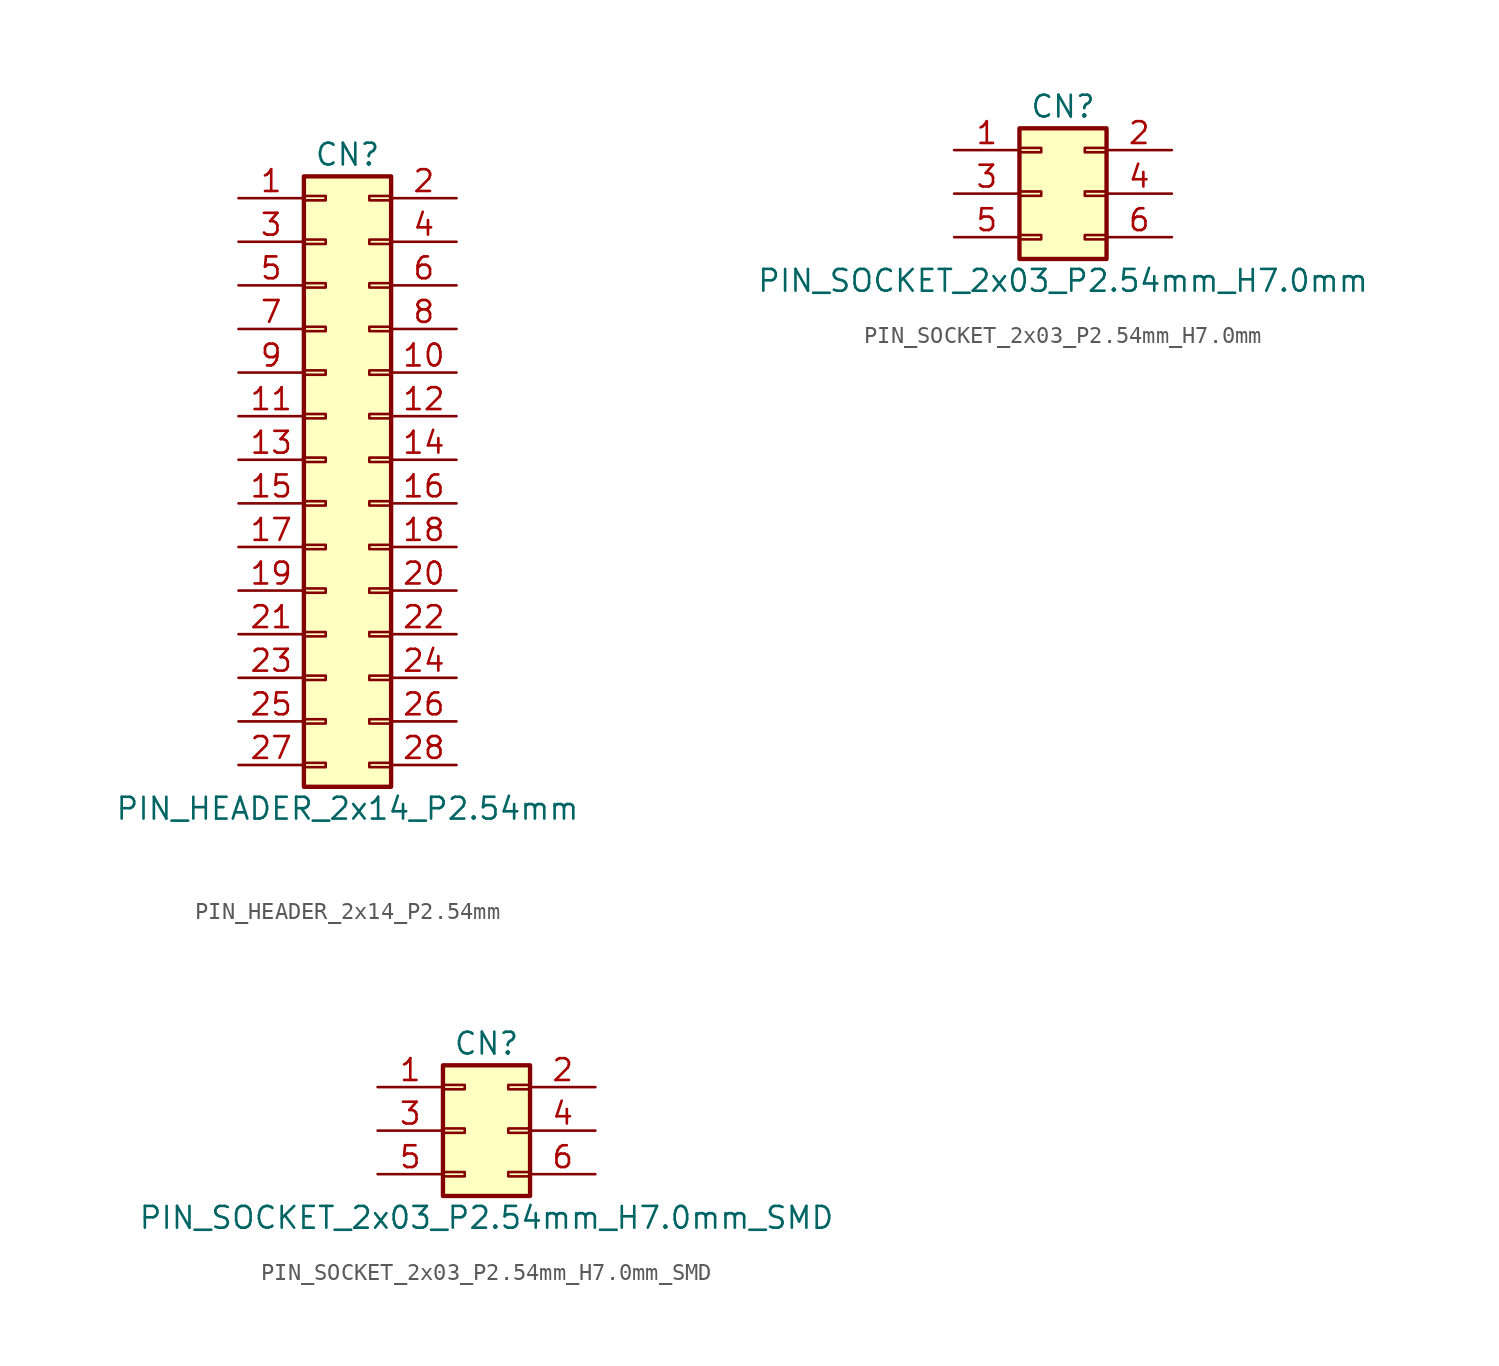
<source format=kicad_sym>
(kicad_symbol_lib
  (version 20241209)
  (generator "kicad_symbol_editor")
  (generator_version "9.0")
  (symbol "PIN_HEADER_2x14_P2.54mm"
    (pin_names
      (offset 1.016)
      (hide yes))
    (property "Reference" "CN"
      (at 1.27 17.78 0)
      (effects (font (size 1.27 1.27))))
    (property "Value" "PIN_HEADER_2x14_P2.54mm"
      (at 1.27 -20.32 0)
      (effects (font (size 1.27 1.27))))
    (symbol "PIN_HEADER_2x14_P2.54mm_1_1"
      (rectangle (start -1.27 16.51) (end 3.81 -19.05) (stroke (width 0.254) (type default)) (fill (type background)))
      (rectangle (start -1.27 15.367) (end 0 15.113) (stroke (width 0.152) (type default)) (fill (type none)))
      (rectangle (start -1.27 12.827) (end 0 12.573) (stroke (width 0.152) (type default)) (fill (type none)))
      (rectangle (start -1.27 10.287) (end 0 10.033) (stroke (width 0.152) (type default)) (fill (type none)))
      (rectangle (start -1.27 7.747) (end 0 7.493) (stroke (width 0.152) (type default)) (fill (type none)))
      (rectangle (start -1.27 5.207) (end 0 4.953) (stroke (width 0.152) (type default)) (fill (type none)))
      (rectangle (start -1.27 2.667) (end 0 2.413) (stroke (width 0.152) (type default)) (fill (type none)))
      (rectangle (start -1.27 0.127) (end 0 -0.127) (stroke (width 0.152) (type default)) (fill (type none)))
      (rectangle (start -1.27 -2.413) (end 0 -2.667) (stroke (width 0.152) (type default)) (fill (type none)))
      (rectangle (start -1.27 -4.953) (end 0 -5.207) (stroke (width 0.152) (type default)) (fill (type none)))
      (rectangle (start -1.27 -7.493) (end 0 -7.747) (stroke (width 0.152) (type default)) (fill (type none)))
      (rectangle (start -1.27 -10.033) (end 0 -10.287) (stroke (width 0.152) (type default)) (fill (type none)))
      (rectangle (start -1.27 -12.573) (end 0 -12.827) (stroke (width 0.152) (type default)) (fill (type none)))
      (rectangle (start -1.27 -15.113) (end 0 -15.367) (stroke (width 0.152) (type default)) (fill (type none)))
      (rectangle (start -1.27 -17.653) (end 0 -17.907) (stroke (width 0.152) (type default)) (fill (type none)))
      (rectangle (start 3.81 15.367) (end 2.54 15.113) (stroke (width 0.152) (type default)) (fill (type none)))
      (rectangle (start 3.81 12.827) (end 2.54 12.573) (stroke (width 0.152) (type default)) (fill (type none)))
      (rectangle (start 3.81 10.287) (end 2.54 10.033) (stroke (width 0.152) (type default)) (fill (type none)))
      (rectangle (start 3.81 7.747) (end 2.54 7.493) (stroke (width 0.152) (type default)) (fill (type none)))
      (rectangle (start 3.81 5.207) (end 2.54 4.953) (stroke (width 0.152) (type default)) (fill (type none)))
      (rectangle (start 3.81 2.667) (end 2.54 2.413) (stroke (width 0.152) (type default)) (fill (type none)))
      (rectangle (start 3.81 0.127) (end 2.54 -0.127) (stroke (width 0.152) (type default)) (fill (type none)))
      (rectangle (start 3.81 -2.413) (end 2.54 -2.667) (stroke (width 0.152) (type default)) (fill (type none)))
      (rectangle (start 3.81 -4.953) (end 2.54 -5.207) (stroke (width 0.152) (type default)) (fill (type none)))
      (rectangle (start 3.81 -7.493) (end 2.54 -7.747) (stroke (width 0.152) (type default)) (fill (type none)))
      (rectangle (start 3.81 -10.033) (end 2.54 -10.287) (stroke (width 0.152) (type default)) (fill (type none)))
      (rectangle (start 3.81 -12.573) (end 2.54 -12.827) (stroke (width 0.152) (type default)) (fill (type none)))
      (rectangle (start 3.81 -15.113) (end 2.54 -15.367) (stroke (width 0.152) (type default)) (fill (type none)))
      (rectangle (start 3.81 -17.653) (end 2.54 -17.907) (stroke (width 0.152) (type default)) (fill (type none)))
      (pin passive line (at -5.08 15.24 0) (length 3.81) (name "Pin_1" (effects (font (size 1.27 1.27)))) (number "1" (effects (font (size 1.27 1.27)))))
      (pin passive line (at -5.08 12.7 0) (length 3.81) (name "Pin_3" (effects (font (size 1.27 1.27)))) (number "3" (effects (font (size 1.27 1.27)))))
      (pin passive line (at -5.08 10.16 0) (length 3.81) (name "Pin_5" (effects (font (size 1.27 1.27)))) (number "5" (effects (font (size 1.27 1.27)))))
      (pin passive line (at -5.08 7.62 0) (length 3.81) (name "Pin_7" (effects (font (size 1.27 1.27)))) (number "7" (effects (font (size 1.27 1.27)))))
      (pin passive line (at -5.08 5.08 0) (length 3.81) (name "Pin_9" (effects (font (size 1.27 1.27)))) (number "9" (effects (font (size 1.27 1.27)))))
      (pin passive line (at -5.08 2.54 0) (length 3.81) (name "Pin_11" (effects (font (size 1.27 1.27)))) (number "11" (effects (font (size 1.27 1.27)))))
      (pin passive line (at -5.08 0 0) (length 3.81) (name "Pin_13" (effects (font (size 1.27 1.27)))) (number "13" (effects (font (size 1.27 1.27)))))
      (pin passive line (at -5.08 -2.54 0) (length 3.81) (name "Pin_15" (effects (font (size 1.27 1.27)))) (number "15" (effects (font (size 1.27 1.27)))))
      (pin passive line (at -5.08 -5.08 0) (length 3.81) (name "Pin_17" (effects (font (size 1.27 1.27)))) (number "17" (effects (font (size 1.27 1.27)))))
      (pin passive line (at -5.08 -7.62 0) (length 3.81) (name "Pin_19" (effects (font (size 1.27 1.27)))) (number "19" (effects (font (size 1.27 1.27)))))
      (pin passive line (at -5.08 -10.16 0) (length 3.81) (name "Pin_21" (effects (font (size 1.27 1.27)))) (number "21" (effects (font (size 1.27 1.27)))))
      (pin passive line (at -5.08 -12.7 0) (length 3.81) (name "Pin_23" (effects (font (size 1.27 1.27)))) (number "23" (effects (font (size 1.27 1.27)))))
      (pin passive line (at -5.08 -15.24 0) (length 3.81) (name "Pin_25" (effects (font (size 1.27 1.27)))) (number "25" (effects (font (size 1.27 1.27)))))
      (pin passive line (at -5.08 -17.78 0) (length 3.81) (name "Pin_27" (effects (font (size 1.27 1.27)))) (number "27" (effects (font (size 1.27 1.27)))))
      (pin passive line (at 7.62 15.24 180) (length 3.81) (name "Pin_2" (effects (font (size 1.27 1.27)))) (number "2" (effects (font (size 1.27 1.27)))))
      (pin passive line (at 7.62 12.7 180) (length 3.81) (name "Pin_4" (effects (font (size 1.27 1.27)))) (number "4" (effects (font (size 1.27 1.27)))))
      (pin passive line (at 7.62 10.16 180) (length 3.81) (name "Pin_6" (effects (font (size 1.27 1.27)))) (number "6" (effects (font (size 1.27 1.27)))))
      (pin passive line (at 7.62 7.62 180) (length 3.81) (name "Pin_8" (effects (font (size 1.27 1.27)))) (number "8" (effects (font (size 1.27 1.27)))))
      (pin passive line (at 7.62 5.08 180) (length 3.81) (name "Pin_10" (effects (font (size 1.27 1.27)))) (number "10" (effects (font (size 1.27 1.27)))))
      (pin passive line (at 7.62 2.54 180) (length 3.81) (name "Pin_12" (effects (font (size 1.27 1.27)))) (number "12" (effects (font (size 1.27 1.27)))))
      (pin passive line (at 7.62 0 180) (length 3.81) (name "Pin_14" (effects (font (size 1.27 1.27)))) (number "14" (effects (font (size 1.27 1.27)))))
      (pin passive line (at 7.62 -2.54 180) (length 3.81) (name "Pin_16" (effects (font (size 1.27 1.27)))) (number "16" (effects (font (size 1.27 1.27)))))
      (pin passive line (at 7.62 -5.08 180) (length 3.81) (name "Pin_18" (effects (font (size 1.27 1.27)))) (number "18" (effects (font (size 1.27 1.27)))))
      (pin passive line (at 7.62 -7.62 180) (length 3.81) (name "Pin_20" (effects (font (size 1.27 1.27)))) (number "20" (effects (font (size 1.27 1.27)))))
      (pin passive line (at 7.62 -10.16 180) (length 3.81) (name "Pin_22" (effects (font (size 1.27 1.27)))) (number "22" (effects (font (size 1.27 1.27)))))
      (pin passive line (at 7.62 -12.7 180) (length 3.81) (name "Pin_24" (effects (font (size 1.27 1.27)))) (number "24" (effects (font (size 1.27 1.27)))))
      (pin passive line (at 7.62 -15.24 180) (length 3.81) (name "Pin_26" (effects (font (size 1.27 1.27)))) (number "26" (effects (font (size 1.27 1.27)))))
      (pin passive line (at 7.62 -17.78 180) (length 3.81) (name "Pin_28" (effects (font (size 1.27 1.27)))) (number "28" (effects (font (size 1.27 1.27)))))))
  (symbol "PIN_SOCKET_2x03_P2.54mm_H7.0mm"
    (pin_names
      (offset 1.016)
      (hide yes))
    (property "Reference" "CN"
      (at 1.27 5.08 0)
      (effects (font (size 1.27 1.27))))
    (property "Value" "PIN_SOCKET_2x03_P2.54mm_H7.0mm"
      (at 1.27 -5.08 0)
      (effects (font (size 1.27 1.27))))
    (symbol "PIN_SOCKET_2x03_P2.54mm_H7.0mm_1_1"
      (rectangle (start -1.27 3.81) (end 3.81 -3.81) (stroke (width 0.254) (type default)) (fill (type background)))
      (rectangle (start -1.27 2.667) (end 0 2.413) (stroke (width 0.152) (type default)) (fill (type none)))
      (rectangle (start -1.27 0.127) (end 0 -0.127) (stroke (width 0.152) (type default)) (fill (type none)))
      (rectangle (start -1.27 -2.413) (end 0 -2.667) (stroke (width 0.152) (type default)) (fill (type none)))
      (rectangle (start 3.81 2.667) (end 2.54 2.413) (stroke (width 0.152) (type default)) (fill (type none)))
      (rectangle (start 3.81 0.127) (end 2.54 -0.127) (stroke (width 0.152) (type default)) (fill (type none)))
      (rectangle (start 3.81 -2.413) (end 2.54 -2.667) (stroke (width 0.152) (type default)) (fill (type none)))
      (pin passive line (at -5.08 2.54 0) (length 3.81) (name "Pin_1" (effects (font (size 1.27 1.27)))) (number "1" (effects (font (size 1.27 1.27)))))
      (pin passive line (at -5.08 0 0) (length 3.81) (name "Pin_3" (effects (font (size 1.27 1.27)))) (number "3" (effects (font (size 1.27 1.27)))))
      (pin passive line (at -5.08 -2.54 0) (length 3.81) (name "Pin_5" (effects (font (size 1.27 1.27)))) (number "5" (effects (font (size 1.27 1.27)))))
      (pin passive line (at 7.62 2.54 180) (length 3.81) (name "Pin_2" (effects (font (size 1.27 1.27)))) (number "2" (effects (font (size 1.27 1.27)))))
      (pin passive line (at 7.62 0 180) (length 3.81) (name "Pin_4" (effects (font (size 1.27 1.27)))) (number "4" (effects (font (size 1.27 1.27)))))
      (pin passive line (at 7.62 -2.54 180) (length 3.81) (name "Pin_6" (effects (font (size 1.27 1.27)))) (number "6" (effects (font (size 1.27 1.27)))))))
  (symbol "PIN_SOCKET_2x03_P2.54mm_H7.0mm_SMD"
    (pin_names
      (offset 1.016)
      (hide yes))
    (property "Reference" "CN"
      (at 1.27 5.08 0)
      (effects (font (size 1.27 1.27))))
    (property "Value" "PIN_SOCKET_2x03_P2.54mm_H7.0mm_SMD"
      (at 1.27 -5.08 0)
      (effects (font (size 1.27 1.27))))
    (symbol "PIN_SOCKET_2x03_P2.54mm_H7.0mm_SMD_1_1"
      (rectangle (start -1.27 3.81) (end 3.81 -3.81) (stroke (width 0.254) (type default)) (fill (type background)))
      (rectangle (start -1.27 2.667) (end 0 2.413) (stroke (width 0.152) (type default)) (fill (type none)))
      (rectangle (start -1.27 0.127) (end 0 -0.127) (stroke (width 0.152) (type default)) (fill (type none)))
      (rectangle (start -1.27 -2.413) (end 0 -2.667) (stroke (width 0.152) (type default)) (fill (type none)))
      (rectangle (start 3.81 2.667) (end 2.54 2.413) (stroke (width 0.152) (type default)) (fill (type none)))
      (rectangle (start 3.81 0.127) (end 2.54 -0.127) (stroke (width 0.152) (type default)) (fill (type none)))
      (rectangle (start 3.81 -2.413) (end 2.54 -2.667) (stroke (width 0.152) (type default)) (fill (type none)))
      (pin passive line (at -5.08 2.54 0) (length 3.81) (name "Pin_1" (effects (font (size 1.27 1.27)))) (number "1" (effects (font (size 1.27 1.27)))))
      (pin passive line (at -5.08 0 0) (length 3.81) (name "Pin_3" (effects (font (size 1.27 1.27)))) (number "3" (effects (font (size 1.27 1.27)))))
      (pin passive line (at -5.08 -2.54 0) (length 3.81) (name "Pin_5" (effects (font (size 1.27 1.27)))) (number "5" (effects (font (size 1.27 1.27)))))
      (pin passive line (at 7.62 2.54 180) (length 3.81) (name "Pin_2" (effects (font (size 1.27 1.27)))) (number "2" (effects (font (size 1.27 1.27)))))
      (pin passive line (at 7.62 0 180) (length 3.81) (name "Pin_4" (effects (font (size 1.27 1.27)))) (number "4" (effects (font (size 1.27 1.27)))))
      (pin passive line (at 7.62 -2.54 180) (length 3.81) (name "Pin_6" (effects (font (size 1.27 1.27)))) (number "6" (effects (font (size 1.27 1.27))))))))
</source>
